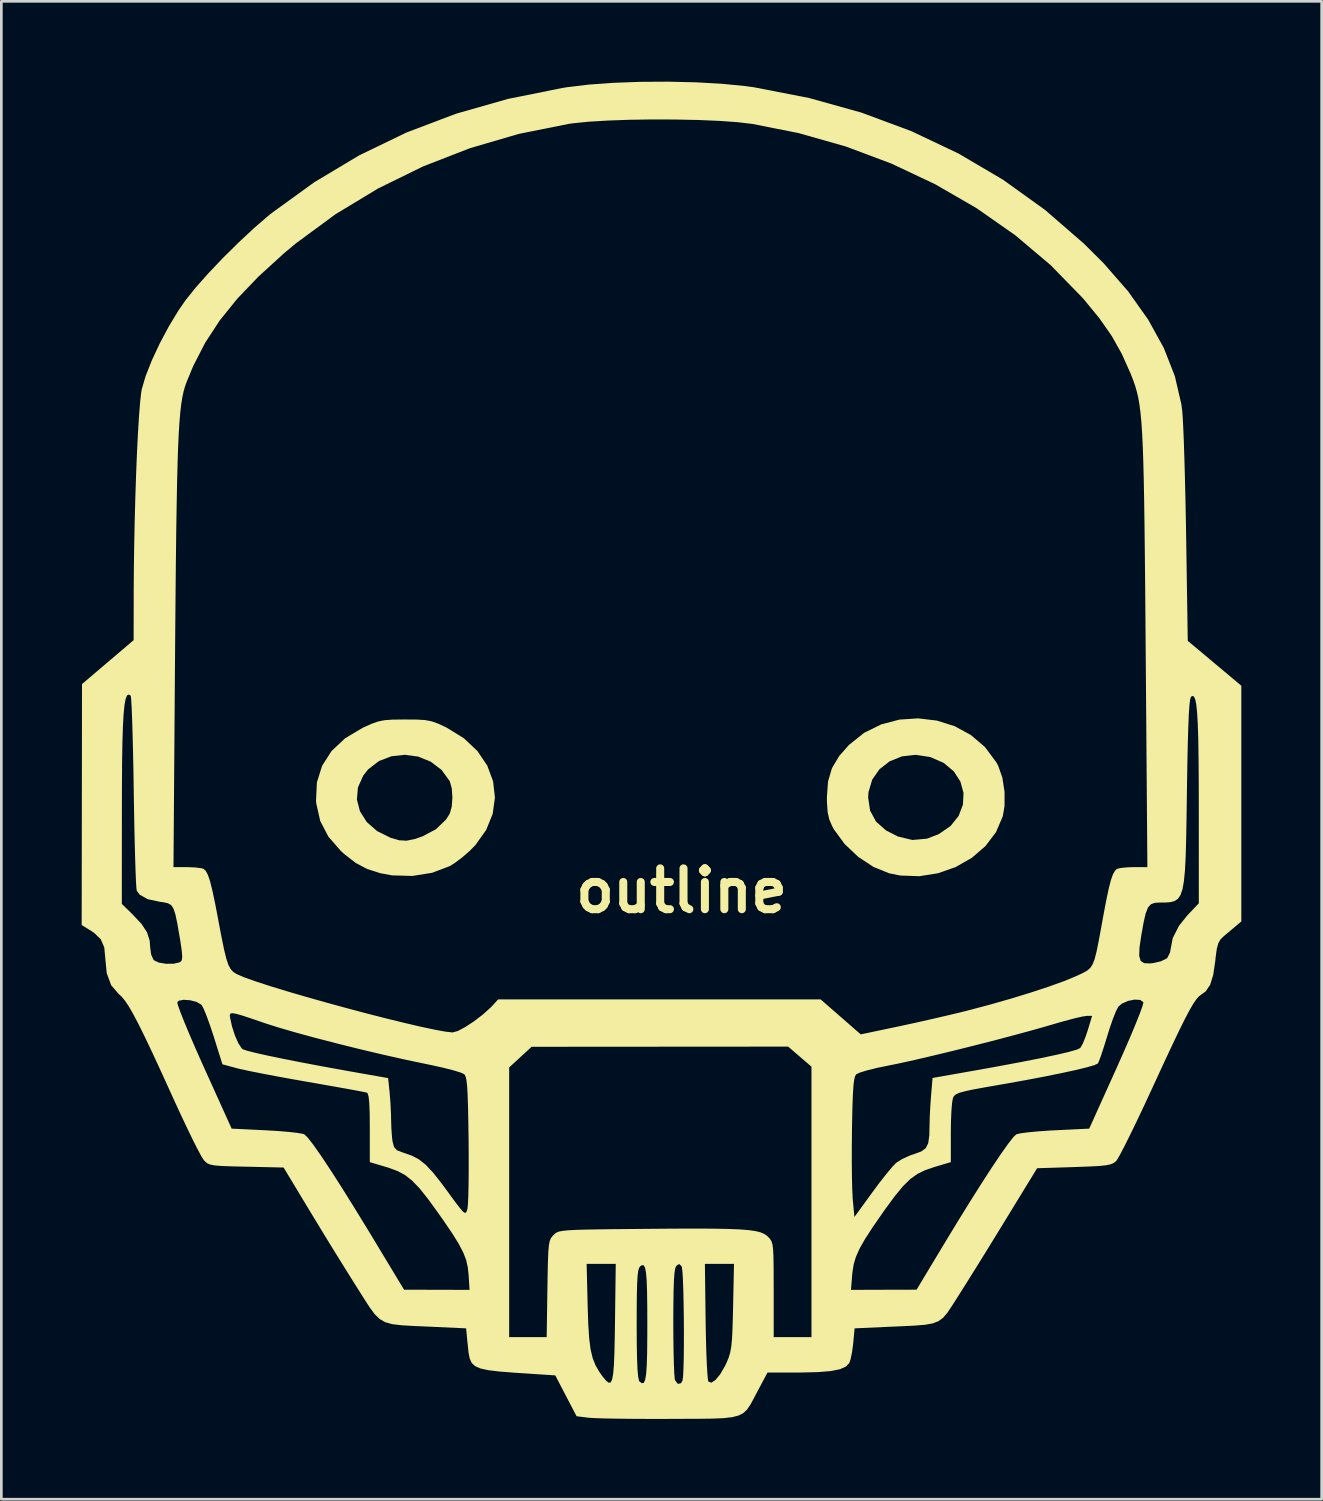
<source format=kicad_pcb>
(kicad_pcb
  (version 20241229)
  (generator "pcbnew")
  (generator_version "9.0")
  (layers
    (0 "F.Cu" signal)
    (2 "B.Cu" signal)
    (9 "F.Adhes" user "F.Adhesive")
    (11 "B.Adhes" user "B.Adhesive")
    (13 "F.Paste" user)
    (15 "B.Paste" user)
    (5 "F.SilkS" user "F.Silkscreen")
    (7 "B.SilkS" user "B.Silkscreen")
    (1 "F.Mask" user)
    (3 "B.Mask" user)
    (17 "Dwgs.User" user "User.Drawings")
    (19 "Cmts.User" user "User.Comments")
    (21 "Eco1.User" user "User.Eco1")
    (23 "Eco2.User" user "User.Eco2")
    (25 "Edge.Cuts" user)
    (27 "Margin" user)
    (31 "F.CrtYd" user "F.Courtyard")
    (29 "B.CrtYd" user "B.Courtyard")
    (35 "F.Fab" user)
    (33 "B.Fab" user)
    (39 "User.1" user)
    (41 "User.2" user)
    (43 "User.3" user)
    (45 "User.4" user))
  (footprint "outline"
    (layer "F.Cu")
    (at 22.401 30.211)
    (property "Reference" "outline" (at 0 0 0) (layer "F.SilkS") (effects (font (size 1.524 1.524) (thickness 0.3))))
    (attr board_only exclude_from_pos_files exclude_from_bom)
    (fp_poly (pts (xy 9.534 -6.353) (xy 10.198 -6.144) (xy 10.805 -5.813) (xy 11.331 -5.363) (xy 11.751 -4.798) (xy 11.824 -4.664) (xy 11.979 -4.221) (xy 12.061 -3.694) (xy 12.06 -3.162) (xy 11.995 -2.779) (xy 11.741 -2.187) (xy 11.347 -1.666) (xy 10.838 -1.228) (xy 10.239 -0.886) (xy 9.578 -0.653) (xy 8.879 -0.542) (xy 8.169 -0.567) (xy 7.751 -0.651) (xy 7.164 -0.889) (xy 6.596 -1.265) (xy 6.09 -1.743) (xy 5.691 -2.287) (xy 5.629 -2.399) (xy 5.517 -2.656) (xy 5.454 -2.936) (xy 5.429 -3.303) (xy 5.426 -3.484) (xy 6.967 -3.484) (xy 7.04 -2.99) (xy 7.262 -2.58) (xy 7.638 -2.249) (xy 8.08 -2.024) (xy 8.619 -1.895) (xy 9.159 -1.943) (xy 9.602 -2.111) (xy 10.047 -2.419) (xy 10.348 -2.797) (xy 10.507 -3.217) (xy 10.528 -3.652) (xy 10.413 -4.074) (xy 10.166 -4.457) (xy 9.79 -4.772) (xy 9.289 -4.991) (xy 8.742 -5.075) (xy 8.227 -5.016) (xy 7.767 -4.831) (xy 7.389 -4.535) (xy 7.118 -4.147) (xy 6.98 -3.682) (xy 6.967 -3.484) (xy 5.426 -3.484) (xy 5.469 -4.078) (xy 5.615 -4.576) (xy 5.887 -5.032) (xy 6.248 -5.441) (xy 6.817 -5.896) (xy 7.455 -6.211) (xy 8.138 -6.39) (xy 8.839 -6.436)) (stroke (width 0) (type solid)) (fill yes) (layer "F.SilkS"))
    (fp_poly (pts (xy -9.89 -6.391) (xy -9.584 -6.373) (xy -9.344 -6.329) (xy -9.115 -6.25) (xy -8.841 -6.124) (xy -8.774 -6.091) (xy -8.128 -5.693) (xy -7.621 -5.213) (xy -7.256 -4.672) (xy -7.038 -4.087) (xy -6.97 -3.48) (xy -7.054 -2.867) (xy -7.296 -2.27) (xy -7.698 -1.706) (xy -7.915 -1.485) (xy -8.191 -1.245) (xy -8.469 -1.036) (xy -8.651 -0.922) (xy -9.317 -0.669) (xy -10.053 -0.552) (xy -10.81 -0.573) (xy -11.245 -0.653) (xy -11.743 -0.812) (xy -12.172 -1.039) (xy -12.6 -1.373) (xy -12.723 -1.485) (xy -13.19 -2.021) (xy -13.494 -2.606) (xy -13.641 -3.258) (xy -13.65 -3.362) (xy -13.648 -3.405) (xy -12.123 -3.405) (xy -12.01 -2.965) (xy -11.755 -2.564) (xy -11.369 -2.226) (xy -10.869 -1.978) (xy -10.548 -1.884) (xy -10.268 -1.868) (xy -9.958 -1.932) (xy -9.677 -2.029) (xy -9.173 -2.295) (xy -8.793 -2.662) (xy -8.654 -2.883) (xy -8.582 -3.139) (xy -8.558 -3.48) (xy -8.581 -3.822) (xy -8.652 -4.081) (xy -8.654 -4.085) (xy -8.961 -4.51) (xy -9.366 -4.818) (xy -9.835 -5.008) (xy -10.336 -5.076) (xy -10.836 -5.021) (xy -11.303 -4.841) (xy -11.703 -4.532) (xy -11.884 -4.304) (xy -12.085 -3.859) (xy -12.123 -3.405) (xy -13.648 -3.405) (xy -13.618 -4.044) (xy -13.423 -4.665) (xy -13.07 -5.217) (xy -12.564 -5.692) (xy -11.911 -6.082) (xy -11.89 -6.092) (xy -11.585 -6.229) (xy -11.339 -6.317) (xy -11.096 -6.367) (xy -10.798 -6.389) (xy -10.389 -6.394) (xy -10.317 -6.394)) (stroke (width 0) (type solid)) (fill yes) (layer "F.SilkS"))
    (fp_poly (pts (xy 0.539 -30.187) (xy 1.512 -30.132) (xy 2.379 -30.047) (xy 2.71 -30.001) (xy 4.76 -29.602) (xy 6.717 -29.056) (xy 8.579 -28.364) (xy 10.343 -27.527) (xy 12.007 -26.547) (xy 13.569 -25.425) (xy 15.026 -24.162) (xy 15.765 -23.425) (xy 16.675 -22.382) (xy 17.422 -21.328) (xy 18.006 -20.271) (xy 18.42 -19.214) (xy 18.663 -18.166) (xy 18.693 -17.94) (xy 18.713 -17.689) (xy 18.734 -17.284) (xy 18.756 -16.748) (xy 18.777 -16.104) (xy 18.797 -15.374) (xy 18.816 -14.58) (xy 18.833 -13.746) (xy 18.841 -13.253) (xy 18.902 -9.331) (xy 19.902 -8.493) (xy 20.902 -7.655) (xy 20.902 1.148) (xy 20.704 1.314) (xy 20.494 1.491) (xy 20.261 1.686) (xy 20.253 1.692) (xy 20.125 1.817) (xy 20.042 1.961) (xy 19.986 2.171) (xy 19.942 2.496) (xy 19.928 2.635) (xy 19.852 3.148) (xy 19.737 3.513) (xy 19.573 3.757) (xy 19.412 3.875) (xy 19.325 3.939) (xy 19.226 4.049) (xy 19.109 4.219) (xy 18.967 4.463) (xy 18.791 4.797) (xy 18.575 5.234) (xy 18.31 5.789) (xy 17.989 6.475) (xy 17.605 7.308) (xy 17.584 7.354) (xy 17.29 7.987) (xy 17.012 8.575) (xy 16.759 9.096) (xy 16.543 9.53) (xy 16.373 9.855) (xy 16.26 10.051) (xy 16.228 10.094) (xy 16.143 10.163) (xy 16.03 10.214) (xy 15.86 10.251) (xy 15.604 10.278) (xy 15.232 10.298) (xy 14.715 10.317) (xy 14.661 10.319) (xy 13.276 10.363) (xy 12.084 12.312) (xy 11.721 12.903) (xy 11.352 13.503) (xy 10.996 14.076) (xy 10.677 14.587) (xy 10.415 15.003) (xy 10.297 15.189) (xy 10.088 15.517) (xy 9.92 15.766) (xy 9.766 15.947) (xy 9.595 16.073) (xy 9.382 16.156) (xy 9.097 16.207) (xy 8.712 16.239) (xy 8.2 16.264) (xy 7.74 16.284) (xy 6.461 16.342) (xy 6.409 16.902) (xy 6.367 17.225) (xy 6.311 17.497) (xy 6.264 17.635) (xy 6.138 17.769) (xy 5.913 17.869) (xy 5.57 17.937) (xy 5.09 17.976) (xy 4.457 17.991) (xy 4.361 17.991) (xy 3.209 17.992) (xy 2.841 18.682) (xy 2.692 18.967) (xy 2.568 19.195) (xy 2.448 19.371) (xy 2.31 19.502) (xy 2.134 19.595) (xy 1.898 19.657) (xy 1.582 19.694) (xy 1.163 19.712) (xy 0.622 19.719) (xy -0.065 19.721) (xy -0.472 19.723) (xy -1.152 19.724) (xy -1.796 19.721) (xy -2.376 19.715) (xy -2.865 19.706) (xy -3.236 19.694) (xy -3.462 19.681) (xy -3.482 19.678) (xy -3.921 19.623) (xy -4.319 18.86) (xy -4.716 18.098) (xy -5.555 18.043) (xy -6.256 17.997) (xy -6.801 17.954) (xy -7.212 17.905) (xy -7.507 17.841) (xy -7.709 17.754) (xy -7.837 17.633) (xy -7.912 17.469) (xy -7.954 17.254) (xy -7.983 16.978) (xy -7.986 16.952) (xy -8.014 16.669) (xy -6.438 16.669) (xy -5.037 16.669) (xy -5.01 14.863) (xy -5 14.254) (xy -4.993 13.935) (xy -3.545 13.935) (xy -3.507 15.5) (xy -3.485 16.176) (xy -3.451 16.706) (xy -3.399 17.12) (xy -3.321 17.45) (xy -3.212 17.725) (xy -3.065 17.977) (xy -2.943 18.147) (xy -2.822 18.293) (xy -2.726 18.37) (xy -2.652 18.364) (xy -2.596 18.261) (xy -2.555 18.046) (xy -2.526 17.707) (xy -2.507 17.229) (xy -2.493 16.597) (xy -2.487 16.177) (xy -1.676 16.177) (xy -1.673 16.902) (xy -1.663 17.464) (xy -1.646 17.875) (xy -1.621 18.149) (xy -1.588 18.297) (xy -1.57 18.327) (xy -1.482 18.391) (xy -1.414 18.379) (xy -1.362 18.275) (xy -1.325 18.064) (xy -1.3 17.73) (xy -1.286 17.259) (xy -1.28 16.635) (xy -1.279 16.245) (xy -1.279 16.122) (xy -0.309 16.122) (xy -0.306 16.706) (xy -0.298 17.237) (xy -0.287 17.687) (xy -0.272 18.029) (xy -0.254 18.235) (xy -0.245 18.278) (xy -0.138 18.417) (xy -0.023 18.391) (xy 0.035 18.293) (xy 0.055 18.152) (xy 0.07 17.868) (xy 0.081 17.475) (xy 0.086 17.001) (xy 0.087 16.479) (xy 0.084 15.938) (xy 0.076 15.41) (xy 0.065 14.926) (xy 0.05 14.516) (xy 0.031 14.211) (xy 0.009 14.043) (xy 0.002 14.024) (xy -0.089 13.939) (xy -0.195 14.006) (xy -0.234 14.09) (xy -0.264 14.266) (xy -0.285 14.552) (xy -0.299 14.963) (xy -0.307 15.519) (xy -0.309 16.122) (xy -1.279 16.122) (xy -1.281 15.523) (xy -1.289 14.961) (xy -1.304 14.543) (xy -1.329 14.252) (xy -1.365 14.073) (xy -1.415 13.988) (xy -1.48 13.983) (xy -1.544 14.024) (xy -1.587 14.085) (xy -1.62 14.203) (xy -1.644 14.398) (xy -1.66 14.691) (xy -1.67 15.102) (xy -1.675 15.654) (xy -1.676 16.177) (xy -2.487 16.177) (xy -2.486 16.091) (xy -2.458 13.935) (xy 0.871 13.935) (xy 0.898 16.073) (xy 0.909 16.675) (xy 0.924 17.22) (xy 0.943 17.684) (xy 0.964 18.041) (xy 0.986 18.266) (xy 1.001 18.329) (xy 1.109 18.371) (xy 1.263 18.273) (xy 1.442 18.056) (xy 1.624 17.743) (xy 1.688 17.608) (xy 1.761 17.428) (xy 1.816 17.245) (xy 1.855 17.027) (xy 1.883 16.743) (xy 1.902 16.362) (xy 1.917 15.85) (xy 1.924 15.544) (xy 1.957 13.935) (xy 0.871 13.935) (xy -2.458 13.935) (xy -3.545 13.935) (xy -4.993 13.935) (xy -4.989 13.796) (xy -4.975 13.465) (xy -4.953 13.234) (xy -4.923 13.079) (xy -4.88 12.976) (xy -4.821 12.897) (xy -4.782 12.857) (xy -4.727 12.804) (xy -4.665 12.762) (xy -4.578 12.728) (xy -4.448 12.702) (xy -4.257 12.682) (xy -3.987 12.666) (xy -3.621 12.655) (xy -3.141 12.646) (xy -2.529 12.638) (xy -1.766 12.631) (xy -1.343 12.627) (xy -0.354 12.619) (xy 0.473 12.616) (xy 1.156 12.619) (xy 1.709 12.629) (xy 2.148 12.646) (xy 2.49 12.672) (xy 2.749 12.708) (xy 2.941 12.754) (xy 3.082 12.813) (xy 3.187 12.884) (xy 3.231 12.925) (xy 3.302 13.001) (xy 3.355 13.084) (xy 3.392 13.201) (xy 3.416 13.376) (xy 3.43 13.634) (xy 3.437 14.003) (xy 3.439 14.506) (xy 3.44 14.901) (xy 3.44 16.669) (xy 4.851 16.669) (xy 4.851 14.905) (xy 6.326 14.905) (xy 7.551 14.901) (xy 8.775 14.898) (xy 9.79 13.212) (xy 10.299 12.373) (xy 10.776 11.602) (xy 11.213 10.911) (xy 11.6 10.314) (xy 11.931 9.821) (xy 12.198 9.446) (xy 12.391 9.2) (xy 12.499 9.097) (xy 12.644 9.061) (xy 12.929 9.023) (xy 13.317 8.986) (xy 13.771 8.955) (xy 13.944 8.946) (xy 15.222 8.884) (xy 16.258 6.589) (xy 16.523 5.993) (xy 16.76 5.446) (xy 16.959 4.969) (xy 17.113 4.583) (xy 17.211 4.311) (xy 17.246 4.173) (xy 17.245 4.164) (xy 17.128 4.078) (xy 16.916 4.066) (xy 16.666 4.116) (xy 16.437 4.219) (xy 16.309 4.331) (xy 16.223 4.495) (xy 16.107 4.785) (xy 15.979 5.155) (xy 15.886 5.456) (xy 15.768 5.839) (xy 15.662 6.159) (xy 15.58 6.379) (xy 15.54 6.456) (xy 15.411 6.514) (xy 15.128 6.596) (xy 14.71 6.697) (xy 14.176 6.813) (xy 13.546 6.941) (xy 12.839 7.075) (xy 12.076 7.212) (xy 11.905 7.241) (xy 11.32 7.343) (xy 10.885 7.423) (xy 10.577 7.489) (xy 10.372 7.546) (xy 10.246 7.602) (xy 10.175 7.663) (xy 10.135 7.736) (xy 10.133 7.741) (xy 10.103 7.908) (xy 10.077 8.208) (xy 10.06 8.6) (xy 10.054 9.041) (xy 10.054 10.135) (xy 9.435 10.319) (xy 9.094 10.436) (xy 8.803 10.578) (xy 8.538 10.768) (xy 8.27 11.032) (xy 7.972 11.393) (xy 7.617 11.874) (xy 7.51 12.026) (xy 7.132 12.572) (xy 6.849 13.009) (xy 6.646 13.366) (xy 6.51 13.672) (xy 6.426 13.957) (xy 6.38 14.25) (xy 6.37 14.351) (xy 6.326 14.905) (xy 4.851 14.905) (xy 4.851 10.144) (xy 6.356 10.144) (xy 6.362 10.691) (xy 6.373 11.146) (xy 6.389 11.473) (xy 6.393 11.532) (xy 6.454 12.184) (xy 7.116 11.274) (xy 7.389 10.906) (xy 7.649 10.575) (xy 7.865 10.316) (xy 8.009 10.165) (xy 8.012 10.162) (xy 8.237 10.019) (xy 8.543 9.881) (xy 8.699 9.829) (xy 8.952 9.736) (xy 9.116 9.615) (xy 9.21 9.428) (xy 9.251 9.137) (xy 9.26 8.734) (xy 9.268 8.428) (xy 9.289 8.035) (xy 9.316 7.654) (xy 9.372 6.992) (xy 10.75 6.749) (xy 11.768 6.567) (xy 12.657 6.401) (xy 13.408 6.253) (xy 14.014 6.124) (xy 14.468 6.017) (xy 14.762 5.933) (xy 14.886 5.875) (xy 14.97 5.736) (xy 15.075 5.484) (xy 15.165 5.219) (xy 15.33 4.674) (xy 15.125 4.674) (xy 14.963 4.699) (xy 14.674 4.766) (xy 14.298 4.865) (xy 13.877 4.986) (xy 13.876 4.987) (xy 13.286 5.157) (xy 12.587 5.349) (xy 11.815 5.554) (xy 11.005 5.762) (xy 10.193 5.965) (xy 9.415 6.153) (xy 8.706 6.319) (xy 8.102 6.452) (xy 7.717 6.53) (xy 7.295 6.617) (xy 6.93 6.707) (xy 6.661 6.789) (xy 6.526 6.852) (xy 6.481 6.922) (xy 6.446 7.054) (xy 6.419 7.27) (xy 6.398 7.589) (xy 6.381 8.034) (xy 6.368 8.625) (xy 6.363 8.927) (xy 6.357 9.543) (xy 6.356 10.144) (xy 4.851 10.144) (xy 4.851 6.57) (xy 4.415 6.196) (xy 3.98 5.821) (xy -5.6 5.828) (xy -6.438 6.599) (xy -6.438 16.669) (xy -8.014 16.669) (xy -8.046 16.342) (xy -9.381 16.28) (xy -9.99 16.254) (xy -10.454 16.227) (xy -10.803 16.185) (xy -11.067 16.112) (xy -11.276 15.992) (xy -11.461 15.811) (xy -11.652 15.551) (xy -11.879 15.198) (xy -12.07 14.896) (xy -12.36 14.435) (xy -12.712 13.87) (xy -13.096 13.249) (xy -13.481 12.619) (xy -13.839 12.029) (xy -13.847 12.017) (xy -14.861 10.336) (xy -16.258 10.305) (xy -16.783 10.293) (xy -17.161 10.279) (xy -17.422 10.259) (xy -17.594 10.228) (xy -17.706 10.182) (xy -17.788 10.116) (xy -17.848 10.049) (xy -17.936 9.909) (xy -18.084 9.632) (xy -18.28 9.243) (xy -18.511 8.764) (xy -18.766 8.221) (xy -18.999 7.712) (xy -19.403 6.825) (xy -19.745 6.085) (xy -20.033 5.479) (xy -20.273 4.992) (xy -20.474 4.61) (xy -20.642 4.318) (xy -20.748 4.16) (xy -18.831 4.16) (xy -18.808 4.27) (xy -18.72 4.519) (xy -18.576 4.885) (xy -18.384 5.346) (xy -18.153 5.882) (xy -17.892 6.47) (xy -17.84 6.585) (xy -16.801 8.884) (xy -15.527 8.946) (xy -15.059 8.974) (xy -14.644 9.009) (xy -14.319 9.047) (xy -14.121 9.084) (xy -14.089 9.096) (xy -13.962 9.217) (xy -13.754 9.483) (xy -13.47 9.886) (xy -13.116 10.419) (xy -12.696 11.073) (xy -12.217 11.841) (xy -11.682 12.713) (xy -11.465 13.072) (xy -10.363 14.899) (xy -9.14 14.902) (xy -7.917 14.905) (xy -7.952 14.351) (xy -7.983 14.061) (xy -8.045 13.789) (xy -8.153 13.508) (xy -8.32 13.188) (xy -8.56 12.801) (xy -8.888 12.318) (xy -9.095 12.024) (xy -9.47 11.508) (xy -9.781 11.118) (xy -10.054 10.832) (xy -10.316 10.624) (xy -10.595 10.472) (xy -10.917 10.352) (xy -11.023 10.319) (xy -11.642 10.135) (xy -11.642 8.857) (xy -11.646 8.315) (xy -11.661 7.931) (xy -11.687 7.686) (xy -11.726 7.562) (xy -11.752 7.54) (xy -11.867 7.514) (xy -12.13 7.464) (xy -12.516 7.393) (xy -13 7.307) (xy -13.556 7.209) (xy -13.953 7.14) (xy -14.576 7.03) (xy -15.173 6.921) (xy -15.712 6.818) (xy -16.16 6.728) (xy -16.485 6.658) (xy -16.595 6.631) (xy -17.145 6.482) (xy -17.474 5.433) (xy -17.611 5.019) (xy -17.742 4.661) (xy -17.744 4.656) (xy -16.87 4.656) (xy -16.863 4.718) (xy -16.789 5.063) (xy -16.678 5.407) (xy -16.55 5.698) (xy -16.425 5.886) (xy -16.382 5.921) (xy -16.22 5.976) (xy -15.902 6.057) (xy -15.445 6.159) (xy -14.867 6.279) (xy -14.186 6.413) (xy -13.419 6.558) (xy -12.585 6.71) (xy -12.336 6.754) (xy -10.958 6.997) (xy -10.903 7.524) (xy -10.871 7.924) (xy -10.85 8.351) (xy -10.847 8.546) (xy -10.836 8.893) (xy -10.811 9.223) (xy -10.793 9.36) (xy -10.738 9.571) (xy -10.626 9.692) (xy -10.401 9.779) (xy -10.375 9.787) (xy -10.067 9.895) (xy -9.802 10.036) (xy -9.551 10.236) (xy -9.284 10.521) (xy -8.971 10.916) (xy -8.771 11.186) (xy -8.49 11.572) (xy -8.294 11.83) (xy -8.166 11.979) (xy -8.088 12.033) (xy -8.042 12.01) (xy -8.009 11.924) (xy -7.997 11.881) (xy -7.979 11.722) (xy -7.964 11.413) (xy -7.954 10.981) (xy -7.949 10.453) (xy -7.949 9.856) (xy -7.953 9.293) (xy -7.964 8.572) (xy -7.976 8.007) (xy -7.991 7.581) (xy -8.01 7.272) (xy -8.035 7.062) (xy -8.067 6.93) (xy -8.107 6.859) (xy -8.114 6.852) (xy -8.245 6.791) (xy -8.515 6.708) (xy -8.887 6.613) (xy -9.327 6.515) (xy -9.481 6.483) (xy -10.262 6.32) (xy -11.105 6.131) (xy -11.977 5.925) (xy -12.843 5.71) (xy -13.671 5.496) (xy -14.425 5.29) (xy -15.074 5.101) (xy -15.571 4.942) (xy -16.067 4.772) (xy -16.42 4.656) (xy -16.654 4.591) (xy -16.791 4.572) (xy -16.855 4.595) (xy -16.87 4.656) (xy -17.744 4.656) (xy -17.852 4.395) (xy -17.928 4.26) (xy -17.93 4.258) (xy -18.104 4.155) (xy -18.345 4.091) (xy -18.589 4.072) (xy -18.773 4.107) (xy -18.831 4.16) (xy -20.748 4.16) (xy -20.786 4.104) (xy -20.913 3.951) (xy -21.024 3.85) (xy -21.299 3.531) (xy -21.465 3.081) (xy -21.519 2.53) (xy -21.557 2.117) (xy -21.687 1.815) (xy -21.936 1.574) (xy -22.055 1.495) (xy -22.401 1.281) (xy -22.4 0.492) (xy -20.902 0.492) (xy -20.498 0.886) (xy -20.165 1.242) (xy -19.961 1.553) (xy -19.862 1.861) (xy -19.844 2.106) (xy -19.808 2.383) (xy -19.717 2.582) (xy -19.705 2.595) (xy -19.525 2.683) (xy -19.251 2.728) (xy -18.962 2.726) (xy -18.737 2.671) (xy -18.713 2.657) (xy -18.663 2.594) (xy -18.647 2.464) (xy -18.664 2.238) (xy -18.716 1.883) (xy -18.745 1.713) (xy -18.829 1.227) (xy -18.9 0.888) (xy -18.973 0.666) (xy -19.063 0.534) (xy -19.187 0.465) (xy -19.36 0.429) (xy -19.477 0.415) (xy -19.933 0.316) (xy -20.234 0.149) (xy -20.344 0.002) (xy -20.359 -0.113) (xy -20.375 -0.385) (xy -20.391 -0.794) (xy -20.394 -0.882) (xy -18.973 -0.882) (xy -18.46 -0.881) (xy -18.164 -0.869) (xy -17.933 -0.84) (xy -17.843 -0.813) (xy -17.762 -0.732) (xy -17.685 -0.585) (xy -17.606 -0.35) (xy -17.52 -0.006) (xy -17.419 0.469) (xy -17.299 1.096) (xy -17.293 1.133) (xy -17.177 1.743) (xy -17.082 2.203) (xy -17 2.538) (xy -16.921 2.772) (xy -16.837 2.928) (xy -16.74 3.032) (xy -16.622 3.108) (xy -16.606 3.116) (xy -16.337 3.232) (xy -15.925 3.379) (xy -15.395 3.552) (xy -14.77 3.744) (xy -14.074 3.948) (xy -13.331 4.158) (xy -12.565 4.368) (xy -11.8 4.572) (xy -11.059 4.762) (xy -10.366 4.932) (xy -9.745 5.077) (xy -9.22 5.189) (xy -8.815 5.263) (xy -8.553 5.291) (xy -8.543 5.291) (xy -8.35 5.236) (xy -8.072 5.087) (xy -7.749 4.875) (xy -7.424 4.626) (xy -7.139 4.37) (xy -7.062 4.29) (xy -6.848 4.057) (xy 5.192 4.057) (xy 5.941 4.71) (xy 6.69 5.364) (xy 8.086 5.071) (xy 8.695 4.939) (xy 9.371 4.787) (xy 10.039 4.631) (xy 10.624 4.489) (xy 10.716 4.465) (xy 11.504 4.257) (xy 12.289 4.033) (xy 13.037 3.804) (xy 13.715 3.58) (xy 14.292 3.372) (xy 14.734 3.19) (xy 14.792 3.163) (xy 14.99 3.07) (xy 15.141 2.987) (xy 15.257 2.888) (xy 15.348 2.751) (xy 15.426 2.55) (xy 15.454 2.437) (xy 17.089 2.437) (xy 17.144 2.621) (xy 17.276 2.706) (xy 17.495 2.715) (xy 17.626 2.7) (xy 17.9 2.635) (xy 18.102 2.538) (xy 18.146 2.496) (xy 18.239 2.309) (xy 18.257 2.21) (xy 18.34 1.77) (xy 18.575 1.309) (xy 18.882 0.926) (xy 19.315 0.468) (xy 19.314 -3.095) (xy 19.312 -4.114) (xy 19.305 -4.968) (xy 19.294 -5.668) (xy 19.276 -6.226) (xy 19.251 -6.652) (xy 19.219 -6.959) (xy 19.178 -7.157) (xy 19.128 -7.257) (xy 19.068 -7.272) (xy 19.021 -7.238) (xy 18.991 -7.147) (xy 18.965 -6.932) (xy 18.941 -6.584) (xy 18.921 -6.094) (xy 18.902 -5.454) (xy 18.885 -4.654) (xy 18.87 -3.687) (xy 18.87 -3.678) (xy 18.857 -2.72) (xy 18.842 -1.923) (xy 18.824 -1.273) (xy 18.797 -0.754) (xy 18.758 -0.353) (xy 18.704 -0.053) (xy 18.631 0.16) (xy 18.536 0.301) (xy 18.414 0.384) (xy 18.262 0.426) (xy 18.076 0.44) (xy 17.863 0.441) (xy 17.667 0.453) (xy 17.523 0.507) (xy 17.416 0.629) (xy 17.331 0.846) (xy 17.253 1.184) (xy 17.166 1.671) (xy 17.165 1.676) (xy 17.099 2.13) (xy 17.089 2.437) (xy 15.454 2.437) (xy 15.499 2.261) (xy 15.58 1.859) (xy 15.679 1.321) (xy 15.738 0.994) (xy 15.853 0.383) (xy 15.95 -0.076) (xy 16.034 -0.404) (xy 16.113 -0.623) (xy 16.193 -0.757) (xy 16.255 -0.813) (xy 16.396 -0.849) (xy 16.65 -0.874) (xy 16.877 -0.881) (xy 17.394 -0.882) (xy 17.334 -8.577) (xy 17.322 -10.079) (xy 17.311 -11.416) (xy 17.299 -12.599) (xy 17.287 -13.639) (xy 17.274 -14.548) (xy 17.259 -15.335) (xy 17.242 -16.012) (xy 17.222 -16.592) (xy 17.198 -17.083) (xy 17.17 -17.499) (xy 17.137 -17.849) (xy 17.099 -18.145) (xy 17.056 -18.398) (xy 17.005 -18.619) (xy 16.948 -18.82) (xy 16.883 -19.011) (xy 16.81 -19.204) (xy 16.766 -19.314) (xy 16.439 -20.046) (xy 16.062 -20.717) (xy 15.603 -21.375) (xy 15.031 -22.072) (xy 14.963 -22.149) (xy 13.779 -23.363) (xy 12.458 -24.478) (xy 11.016 -25.487) (xy 9.47 -26.381) (xy 7.835 -27.153) (xy 6.126 -27.793) (xy 4.359 -28.294) (xy 2.643 -28.633) (xy 2.098 -28.698) (xy 1.415 -28.747) (xy 0.632 -28.78) (xy -0.214 -28.798) (xy -1.085 -28.801) (xy -1.943 -28.788) (xy -2.751 -28.76) (xy -3.471 -28.716) (xy -4.065 -28.656) (xy -4.228 -28.633) (xy -6.087 -28.259) (xy -7.903 -27.727) (xy -9.659 -27.044) (xy -11.34 -26.219) (xy -12.928 -25.258) (xy -14.406 -24.17) (xy -14.861 -23.79) (xy -15.8 -22.933) (xy -16.59 -22.108) (xy -17.248 -21.291) (xy -17.791 -20.46) (xy -18.238 -19.589) (xy -18.494 -18.968) (xy -18.55 -18.805) (xy -18.6 -18.624) (xy -18.645 -18.412) (xy -18.684 -18.161) (xy -18.719 -17.858) (xy -18.75 -17.495) (xy -18.777 -17.059) (xy -18.801 -16.542) (xy -18.821 -15.931) (xy -18.839 -15.216) (xy -18.855 -14.387) (xy -18.87 -13.434) (xy -18.883 -12.345) (xy -18.895 -11.11) (xy -18.907 -9.719) (xy -18.918 -8.356) (xy -18.973 -0.882) (xy -20.394 -0.882) (xy -20.408 -1.321) (xy -20.424 -1.946) (xy -20.439 -2.649) (xy -20.452 -3.411) (xy -20.456 -3.675) (xy -20.468 -4.449) (xy -20.483 -5.168) (xy -20.499 -5.813) (xy -20.516 -6.364) (xy -20.533 -6.803) (xy -20.55 -7.111) (xy -20.566 -7.268) (xy -20.571 -7.284) (xy -20.645 -7.327) (xy -20.708 -7.291) (xy -20.76 -7.164) (xy -20.802 -6.935) (xy -20.836 -6.594) (xy -20.861 -6.128) (xy -20.88 -5.529) (xy -20.892 -4.783) (xy -20.898 -3.881) (xy -20.9 -3.039) (xy -20.902 0.492) (xy -22.4 0.492) (xy -22.395 -3.218) (xy -22.389 -7.717) (xy -21.425 -8.537) (xy -20.461 -9.357) (xy -20.458 -11.095) (xy -20.453 -11.987) (xy -20.44 -12.904) (xy -20.421 -13.825) (xy -20.396 -14.728) (xy -20.367 -15.594) (xy -20.334 -16.4) (xy -20.297 -17.125) (xy -20.258 -17.749) (xy -20.218 -18.25) (xy -20.178 -18.607) (xy -20.156 -18.731) (xy -20.012 -19.221) (xy -19.781 -19.804) (xy -19.486 -20.436) (xy -19.148 -21.07) (xy -18.79 -21.662) (xy -18.523 -22.049) (xy -18.15 -22.515) (xy -17.673 -23.053) (xy -17.128 -23.626) (xy -16.551 -24.197) (xy -15.979 -24.731) (xy -15.446 -25.192) (xy -15.305 -25.306) (xy -13.711 -26.459) (xy -12.036 -27.461) (xy -10.275 -28.312) (xy -8.423 -29.014) (xy -6.478 -29.569) (xy -4.434 -29.979) (xy -4.277 -30.004) (xy -3.475 -30.101) (xy -2.546 -30.168) (xy -1.536 -30.205) (xy -0.492 -30.211)) (stroke (width 0) (type solid)) (fill yes) (layer "F.SilkS")))
  (gr_rect
    (start -3 -3)
    (end 46.303 52.934)
    (stroke (width 0.1) (type default))
    (fill no)
    (layer "Edge.Cuts")))
</source>
